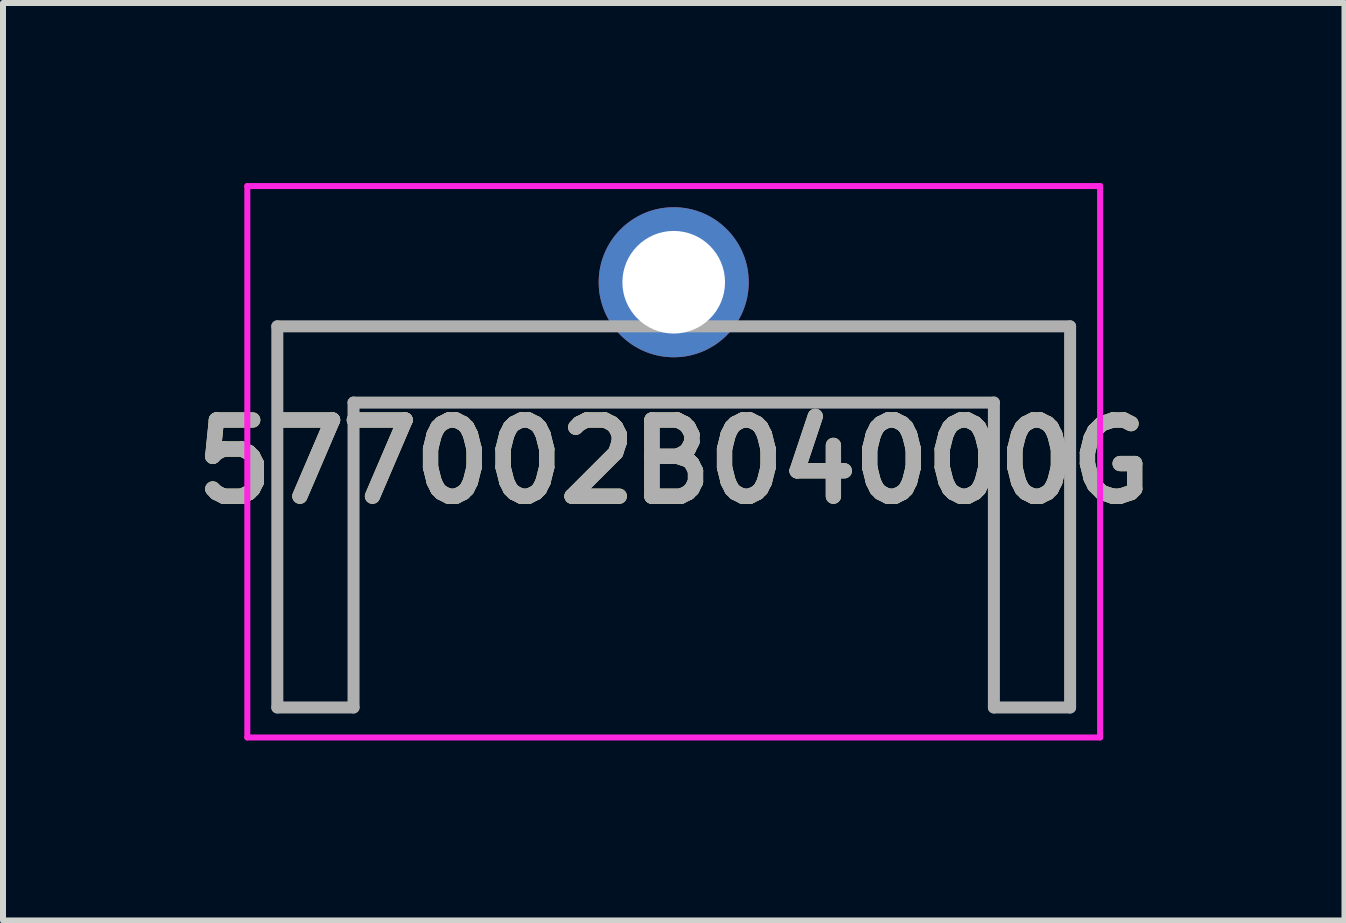
<source format=kicad_pcb>
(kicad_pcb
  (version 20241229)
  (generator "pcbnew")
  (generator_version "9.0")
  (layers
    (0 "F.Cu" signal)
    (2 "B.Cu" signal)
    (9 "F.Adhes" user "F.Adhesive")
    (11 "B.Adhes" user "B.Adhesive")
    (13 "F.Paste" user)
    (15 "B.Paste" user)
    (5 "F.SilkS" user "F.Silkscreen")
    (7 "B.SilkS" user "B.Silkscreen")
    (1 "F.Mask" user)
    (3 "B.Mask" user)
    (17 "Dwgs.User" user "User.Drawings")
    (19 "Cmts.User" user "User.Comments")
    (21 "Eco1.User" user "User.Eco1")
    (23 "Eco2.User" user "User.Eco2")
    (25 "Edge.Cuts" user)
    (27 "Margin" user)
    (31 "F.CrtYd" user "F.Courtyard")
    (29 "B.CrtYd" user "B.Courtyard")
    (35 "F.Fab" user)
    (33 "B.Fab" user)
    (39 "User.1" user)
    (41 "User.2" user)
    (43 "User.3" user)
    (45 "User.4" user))
  (footprint "577002B04000G"
    (layer "F.Cu")
    (at 8.176 1.653)
    (property "Reference" "577002B04000G" (at 0 2.991 0) (layer "F.SilkS") (effects (font (size 1.27 1.27) (thickness 0.254))))
    (attr through_hole)
    (fp_line (start -6.605 0.735) (end -6.605 7.085) (stroke (width 0.1) (type solid)) (layer "F.SilkS"))
    (fp_line (start -6.605 7.085) (end -5.335 7.085) (stroke (width 0.1) (type solid)) (layer "F.SilkS"))
    (fp_line (start -5.335 2.005) (end 5.335 2.005) (stroke (width 0.1) (type solid)) (layer "F.SilkS"))
    (fp_line (start -5.335 7.085) (end -5.335 2.005) (stroke (width 0.1) (type solid)) (layer "F.SilkS"))
    (fp_line (start -1.5 0.735) (end -6.605 0.735) (stroke (width 0.1) (type solid)) (layer "F.SilkS"))
    (fp_line (start 5.335 2.005) (end 5.335 7.085) (stroke (width 0.1) (type solid)) (layer "F.SilkS"))
    (fp_line (start 5.335 7.085) (end 6.605 7.085) (stroke (width 0.1) (type solid)) (layer "F.SilkS"))
    (fp_line (start 6.605 0.735) (end 1.5 0.735) (stroke (width 0.1) (type solid)) (layer "F.SilkS"))
    (fp_line (start 6.605 7.085) (end 6.605 0.735) (stroke (width 0.1) (type solid)) (layer "F.SilkS"))
    (fp_line (start -7.105 -1.603) (end 7.105 -1.603) (stroke (width 0.1) (type solid)) (layer "F.CrtYd"))
    (fp_line (start -7.105 7.585) (end -7.105 -1.603) (stroke (width 0.1) (type solid)) (layer "F.CrtYd"))
    (fp_line (start 7.105 -1.603) (end 7.105 7.585) (stroke (width 0.1) (type solid)) (layer "F.CrtYd"))
    (fp_line (start 7.105 7.585) (end -7.105 7.585) (stroke (width 0.1) (type solid)) (layer "F.CrtYd"))
    (fp_line (start -6.605 0.735) (end -6.605 7.085) (stroke (width 0.2) (type solid)) (layer "F.Fab"))
    (fp_line (start -6.605 7.085) (end -5.335 7.085) (stroke (width 0.2) (type solid)) (layer "F.Fab"))
    (fp_line (start -5.335 2.005) (end 5.335 2.005) (stroke (width 0.2) (type solid)) (layer "F.Fab"))
    (fp_line (start -5.335 7.085) (end -5.335 2.005) (stroke (width 0.2) (type solid)) (layer "F.Fab"))
    (fp_line (start 5.335 2.005) (end 5.335 7.085) (stroke (width 0.2) (type solid)) (layer "F.Fab"))
    (fp_line (start 5.335 7.085) (end 6.605 7.085) (stroke (width 0.2) (type solid)) (layer "F.Fab"))
    (fp_line (start 6.605 0.735) (end -6.605 0.735) (stroke (width 0.2) (type solid)) (layer "F.Fab"))
    (fp_line (start 6.605 7.085) (end 6.605 0.735) (stroke (width 0.2) (type solid)) (layer "F.Fab"))
    (fp_text user "${REFERENCE}" (at 0 2.991 0) (layer "F.Fab") (effects (font (size 1.27 1.27) (thickness 0.254))))
    (pad "1" thru_hole circle (at 0 0) (size 2.5 2.5) (drill 1.71) (layers "*.Cu" "*.Mask")))
  (gr_rect
    (start -3 -3)
    (end 19.353 12.288)
    (stroke (width 0.1) (type default))
    (fill no)
    (layer "Edge.Cuts")))
</source>
